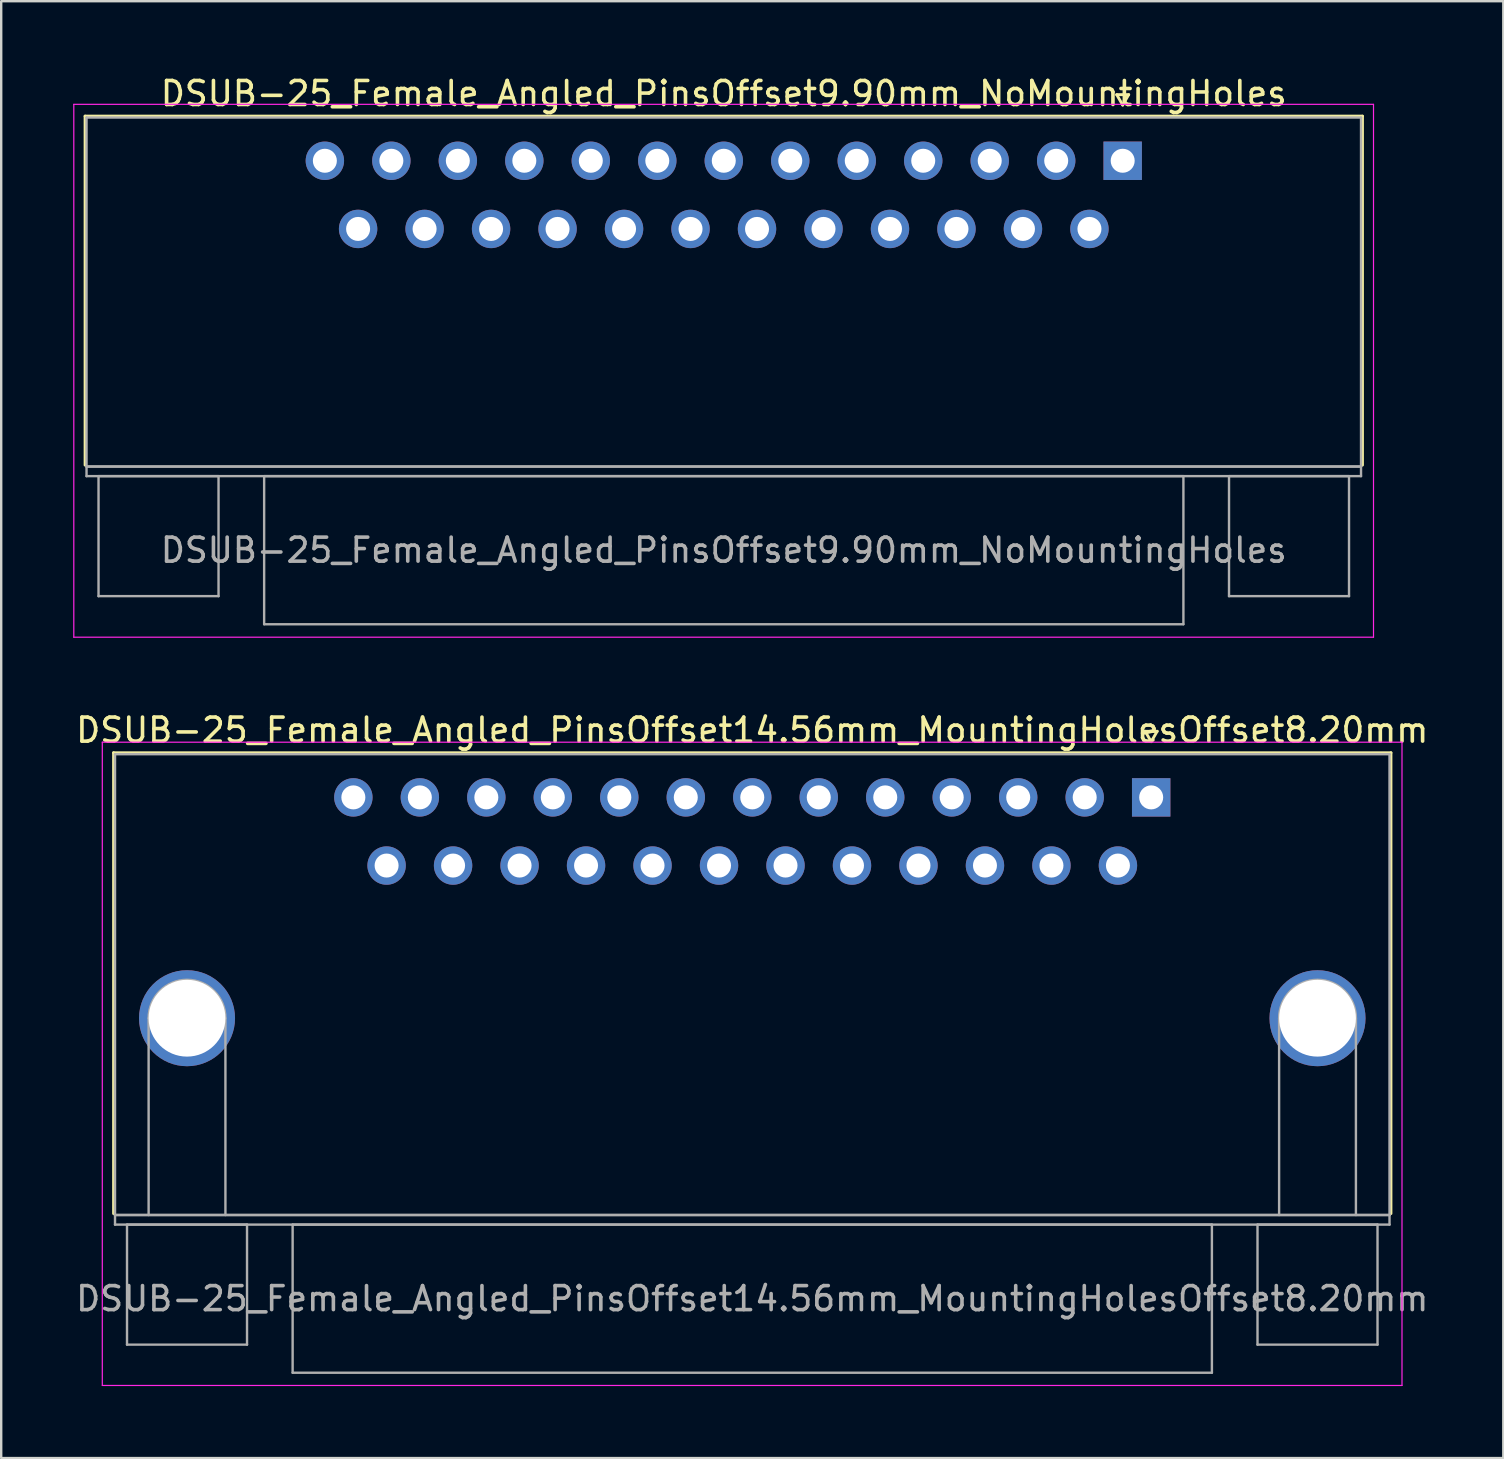
<source format=kicad_pcb>
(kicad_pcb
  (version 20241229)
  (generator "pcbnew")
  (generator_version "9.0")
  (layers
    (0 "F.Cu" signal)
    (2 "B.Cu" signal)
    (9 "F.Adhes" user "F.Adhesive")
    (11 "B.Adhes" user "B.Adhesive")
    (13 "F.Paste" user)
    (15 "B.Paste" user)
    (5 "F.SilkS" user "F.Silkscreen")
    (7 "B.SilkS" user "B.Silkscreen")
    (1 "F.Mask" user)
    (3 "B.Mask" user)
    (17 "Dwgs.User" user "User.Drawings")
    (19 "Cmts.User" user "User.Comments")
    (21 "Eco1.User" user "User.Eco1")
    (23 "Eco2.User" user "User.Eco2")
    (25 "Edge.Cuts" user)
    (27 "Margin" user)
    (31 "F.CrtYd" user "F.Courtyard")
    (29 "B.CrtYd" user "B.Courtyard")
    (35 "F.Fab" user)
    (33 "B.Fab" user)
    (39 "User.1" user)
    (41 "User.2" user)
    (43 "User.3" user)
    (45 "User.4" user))
  (footprint "DSUB-25_Female_Angled_PinsOffset9.90mm_NoMountingHoles"
    (layer "F.Cu")
    (at 43.725 3.648)
    (property "Reference" "DSUB-25_Female_Angled_PinsOffset9.90mm_NoMountingHoles" (at -16.62 -2.8 0) (layer "F.SilkS") (effects (font (size 1 1) (thickness 0.15))))
    (attr through_hole)
    (fp_line (start -43.23 -1.86) (end 9.99 -1.86) (stroke (width 0.12) (type solid)) (layer "F.SilkS"))
    (fp_line (start -43.23 12.68) (end -43.23 -1.86) (stroke (width 0.12) (type solid)) (layer "F.SilkS"))
    (fp_line (start -0.25 -2.754) (end 0.25 -2.754) (stroke (width 0.12) (type solid)) (layer "F.SilkS"))
    (fp_line (start 0 -2.321) (end -0.25 -2.754) (stroke (width 0.12) (type solid)) (layer "F.SilkS"))
    (fp_line (start 0.25 -2.754) (end 0 -2.321) (stroke (width 0.12) (type solid)) (layer "F.SilkS"))
    (fp_line (start 9.99 -1.86) (end 9.99 12.68) (stroke (width 0.12) (type solid)) (layer "F.SilkS"))
    (fp_line (start -43.7 -2.35) (end -43.7 19.85) (stroke (width 0.05) (type solid)) (layer "F.CrtYd"))
    (fp_line (start -43.7 19.85) (end 10.45 19.85) (stroke (width 0.05) (type solid)) (layer "F.CrtYd"))
    (fp_line (start 10.45 -2.35) (end -43.7 -2.35) (stroke (width 0.05) (type solid)) (layer "F.CrtYd"))
    (fp_line (start 10.45 19.85) (end 10.45 -2.35) (stroke (width 0.05) (type solid)) (layer "F.CrtYd"))
    (fp_line (start -43.17 -1.8) (end -43.17 12.74) (stroke (width 0.1) (type solid)) (layer "F.Fab"))
    (fp_line (start -43.17 12.74) (end -43.17 13.14) (stroke (width 0.1) (type solid)) (layer "F.Fab"))
    (fp_line (start -43.17 12.74) (end 9.93 12.74) (stroke (width 0.1) (type solid)) (layer "F.Fab"))
    (fp_line (start -43.17 13.14) (end 9.93 13.14) (stroke (width 0.1) (type solid)) (layer "F.Fab"))
    (fp_line (start -42.67 13.14) (end -42.67 18.14) (stroke (width 0.1) (type solid)) (layer "F.Fab"))
    (fp_line (start -42.67 18.14) (end -37.67 18.14) (stroke (width 0.1) (type solid)) (layer "F.Fab"))
    (fp_line (start -37.67 13.14) (end -42.67 13.14) (stroke (width 0.1) (type solid)) (layer "F.Fab"))
    (fp_line (start -37.67 18.14) (end -37.67 13.14) (stroke (width 0.1) (type solid)) (layer "F.Fab"))
    (fp_line (start -35.77 13.14) (end -35.77 19.31) (stroke (width 0.1) (type solid)) (layer "F.Fab"))
    (fp_line (start -35.77 19.31) (end 2.53 19.31) (stroke (width 0.1) (type solid)) (layer "F.Fab"))
    (fp_line (start 2.53 13.14) (end -35.77 13.14) (stroke (width 0.1) (type solid)) (layer "F.Fab"))
    (fp_line (start 2.53 19.31) (end 2.53 13.14) (stroke (width 0.1) (type solid)) (layer "F.Fab"))
    (fp_line (start 4.43 13.14) (end 4.43 18.14) (stroke (width 0.1) (type solid)) (layer "F.Fab"))
    (fp_line (start 4.43 18.14) (end 9.43 18.14) (stroke (width 0.1) (type solid)) (layer "F.Fab"))
    (fp_line (start 9.43 13.14) (end 4.43 13.14) (stroke (width 0.1) (type solid)) (layer "F.Fab"))
    (fp_line (start 9.43 18.14) (end 9.43 13.14) (stroke (width 0.1) (type solid)) (layer "F.Fab"))
    (fp_line (start 9.93 -1.8) (end -43.17 -1.8) (stroke (width 0.1) (type solid)) (layer "F.Fab"))
    (fp_line (start 9.93 12.74) (end -43.17 12.74) (stroke (width 0.1) (type solid)) (layer "F.Fab"))
    (fp_line (start 9.93 12.74) (end 9.93 -1.8) (stroke (width 0.1) (type solid)) (layer "F.Fab"))
    (fp_line (start 9.93 13.14) (end 9.93 12.74) (stroke (width 0.1) (type solid)) (layer "F.Fab"))
    (fp_text user "${REFERENCE}" (at -16.62 16.225 0) (layer "F.Fab") (effects (font (size 1 1) (thickness 0.15))))
    (pad "1" thru_hole rect (at 0 0) (size 1.6 1.6) (drill 1) (layers "*.Cu" "*.Mask"))
    (pad "2" thru_hole circle (at -2.77 0) (size 1.6 1.6) (drill 1) (layers "*.Cu" "*.Mask"))
    (pad "3" thru_hole circle (at -5.54 0) (size 1.6 1.6) (drill 1) (layers "*.Cu" "*.Mask"))
    (pad "4" thru_hole circle (at -8.31 0) (size 1.6 1.6) (drill 1) (layers "*.Cu" "*.Mask"))
    (pad "5" thru_hole circle (at -11.08 0) (size 1.6 1.6) (drill 1) (layers "*.Cu" "*.Mask"))
    (pad "6" thru_hole circle (at -13.85 0) (size 1.6 1.6) (drill 1) (layers "*.Cu" "*.Mask"))
    (pad "7" thru_hole circle (at -16.62 0) (size 1.6 1.6) (drill 1) (layers "*.Cu" "*.Mask"))
    (pad "8" thru_hole circle (at -19.39 0) (size 1.6 1.6) (drill 1) (layers "*.Cu" "*.Mask"))
    (pad "9" thru_hole circle (at -22.16 0) (size 1.6 1.6) (drill 1) (layers "*.Cu" "*.Mask"))
    (pad "10" thru_hole circle (at -24.93 0) (size 1.6 1.6) (drill 1) (layers "*.Cu" "*.Mask"))
    (pad "11" thru_hole circle (at -27.7 0) (size 1.6 1.6) (drill 1) (layers "*.Cu" "*.Mask"))
    (pad "12" thru_hole circle (at -30.47 0) (size 1.6 1.6) (drill 1) (layers "*.Cu" "*.Mask"))
    (pad "13" thru_hole circle (at -33.24 0) (size 1.6 1.6) (drill 1) (layers "*.Cu" "*.Mask"))
    (pad "14" thru_hole circle (at -1.385 2.84) (size 1.6 1.6) (drill 1) (layers "*.Cu" "*.Mask"))
    (pad "15" thru_hole circle (at -4.155 2.84) (size 1.6 1.6) (drill 1) (layers "*.Cu" "*.Mask"))
    (pad "16" thru_hole circle (at -6.925 2.84) (size 1.6 1.6) (drill 1) (layers "*.Cu" "*.Mask"))
    (pad "17" thru_hole circle (at -9.695 2.84) (size 1.6 1.6) (drill 1) (layers "*.Cu" "*.Mask"))
    (pad "18" thru_hole circle (at -12.465 2.84) (size 1.6 1.6) (drill 1) (layers "*.Cu" "*.Mask"))
    (pad "19" thru_hole circle (at -15.235 2.84) (size 1.6 1.6) (drill 1) (layers "*.Cu" "*.Mask"))
    (pad "20" thru_hole circle (at -18.005 2.84) (size 1.6 1.6) (drill 1) (layers "*.Cu" "*.Mask"))
    (pad "21" thru_hole circle (at -20.775 2.84) (size 1.6 1.6) (drill 1) (layers "*.Cu" "*.Mask"))
    (pad "22" thru_hole circle (at -23.545 2.84) (size 1.6 1.6) (drill 1) (layers "*.Cu" "*.Mask"))
    (pad "23" thru_hole circle (at -26.315 2.84) (size 1.6 1.6) (drill 1) (layers "*.Cu" "*.Mask"))
    (pad "24" thru_hole circle (at -29.085 2.84) (size 1.6 1.6) (drill 1) (layers "*.Cu" "*.Mask"))
    (pad "25" thru_hole circle (at -31.855 2.84) (size 1.6 1.6) (drill 1) (layers "*.Cu" "*.Mask")))
  (footprint "DSUB-25_Female_Angled_PinsOffset14.56mm_MountingHolesOffset8.20mm"
    (layer "F.Cu")
    (at 44.912 30.172)
    (property "Reference" "DSUB-25_Female_Angled_PinsOffset14.56mm_MountingHolesOffset8.20mm" (at -16.62 -2.8 0) (layer "F.SilkS") (effects (font (size 1 1) (thickness 0.15))))
    (attr through_hole)
    (fp_line (start -43.23 -1.86) (end 9.99 -1.86) (stroke (width 0.12) (type solid)) (layer "F.SilkS"))
    (fp_line (start -43.23 17.34) (end -43.23 -1.86) (stroke (width 0.12) (type solid)) (layer "F.SilkS"))
    (fp_line (start -0.25 -2.754) (end 0.25 -2.754) (stroke (width 0.12) (type solid)) (layer "F.SilkS"))
    (fp_line (start 0 -2.321) (end -0.25 -2.754) (stroke (width 0.12) (type solid)) (layer "F.SilkS"))
    (fp_line (start 0.25 -2.754) (end 0 -2.321) (stroke (width 0.12) (type solid)) (layer "F.SilkS"))
    (fp_line (start 9.99 -1.86) (end 9.99 17.34) (stroke (width 0.12) (type solid)) (layer "F.SilkS"))
    (fp_line (start -43.7 -2.3) (end -43.7 24.5) (stroke (width 0.05) (type solid)) (layer "F.CrtYd"))
    (fp_line (start -43.7 24.5) (end 10.45 24.5) (stroke (width 0.05) (type solid)) (layer "F.CrtYd"))
    (fp_line (start 10.45 -2.3) (end -43.7 -2.3) (stroke (width 0.05) (type solid)) (layer "F.CrtYd"))
    (fp_line (start 10.45 24.5) (end 10.45 -2.3) (stroke (width 0.05) (type solid)) (layer "F.CrtYd"))
    (fp_line (start -43.17 -1.8) (end -43.17 17.4) (stroke (width 0.1) (type solid)) (layer "F.Fab"))
    (fp_line (start -43.17 17.4) (end -43.17 17.8) (stroke (width 0.1) (type solid)) (layer "F.Fab"))
    (fp_line (start -43.17 17.4) (end 9.93 17.4) (stroke (width 0.1) (type solid)) (layer "F.Fab"))
    (fp_line (start -43.17 17.8) (end 9.93 17.8) (stroke (width 0.1) (type solid)) (layer "F.Fab"))
    (fp_line (start -42.67 17.8) (end -42.67 22.8) (stroke (width 0.1) (type solid)) (layer "F.Fab"))
    (fp_line (start -42.67 22.8) (end -37.67 22.8) (stroke (width 0.1) (type solid)) (layer "F.Fab"))
    (fp_line (start -41.77 17.4) (end -41.77 9.2) (stroke (width 0.1) (type solid)) (layer "F.Fab"))
    (fp_line (start -38.57 17.4) (end -38.57 9.2) (stroke (width 0.1) (type solid)) (layer "F.Fab"))
    (fp_line (start -37.67 17.8) (end -42.67 17.8) (stroke (width 0.1) (type solid)) (layer "F.Fab"))
    (fp_line (start -37.67 22.8) (end -37.67 17.8) (stroke (width 0.1) (type solid)) (layer "F.Fab"))
    (fp_line (start -35.77 17.8) (end -35.77 23.97) (stroke (width 0.1) (type solid)) (layer "F.Fab"))
    (fp_line (start -35.77 23.97) (end 2.53 23.97) (stroke (width 0.1) (type solid)) (layer "F.Fab"))
    (fp_line (start 2.53 17.8) (end -35.77 17.8) (stroke (width 0.1) (type solid)) (layer "F.Fab"))
    (fp_line (start 2.53 23.97) (end 2.53 17.8) (stroke (width 0.1) (type solid)) (layer "F.Fab"))
    (fp_line (start 4.43 17.8) (end 4.43 22.8) (stroke (width 0.1) (type solid)) (layer "F.Fab"))
    (fp_line (start 4.43 22.8) (end 9.43 22.8) (stroke (width 0.1) (type solid)) (layer "F.Fab"))
    (fp_line (start 5.33 17.4) (end 5.33 9.2) (stroke (width 0.1) (type solid)) (layer "F.Fab"))
    (fp_line (start 8.53 17.4) (end 8.53 9.2) (stroke (width 0.1) (type solid)) (layer "F.Fab"))
    (fp_line (start 9.43 17.8) (end 4.43 17.8) (stroke (width 0.1) (type solid)) (layer "F.Fab"))
    (fp_line (start 9.43 22.8) (end 9.43 17.8) (stroke (width 0.1) (type solid)) (layer "F.Fab"))
    (fp_line (start 9.93 -1.8) (end -43.17 -1.8) (stroke (width 0.1) (type solid)) (layer "F.Fab"))
    (fp_line (start 9.93 17.4) (end -43.17 17.4) (stroke (width 0.1) (type solid)) (layer "F.Fab"))
    (fp_line (start 9.93 17.4) (end 9.93 -1.8) (stroke (width 0.1) (type solid)) (layer "F.Fab"))
    (fp_line (start 9.93 17.8) (end 9.93 17.4) (stroke (width 0.1) (type solid)) (layer "F.Fab"))
    (fp_arc (start -41.77 9.2) (mid -40.17 7.6) (end -38.57 9.2) (stroke (width 0.1) (type solid)) (layer "F.Fab"))
    (fp_arc (start 5.33 9.2) (mid 6.93 7.6) (end 8.53 9.2) (stroke (width 0.1) (type solid)) (layer "F.Fab"))
    (fp_text user "${REFERENCE}" (at -16.62 20.885 0) (layer "F.Fab") (effects (font (size 1 1) (thickness 0.15))))
    (pad "0" thru_hole circle (at -40.17 9.2) (size 4 4) (drill 3.2) (layers "*.Cu" "*.Mask"))
    (pad "0" thru_hole circle (at 6.93 9.2) (size 4 4) (drill 3.2) (layers "*.Cu" "*.Mask"))
    (pad "1" thru_hole rect (at 0 0) (size 1.6 1.6) (drill 1) (layers "*.Cu" "*.Mask"))
    (pad "2" thru_hole circle (at -2.77 0) (size 1.6 1.6) (drill 1) (layers "*.Cu" "*.Mask"))
    (pad "3" thru_hole circle (at -5.54 0) (size 1.6 1.6) (drill 1) (layers "*.Cu" "*.Mask"))
    (pad "4" thru_hole circle (at -8.31 0) (size 1.6 1.6) (drill 1) (layers "*.Cu" "*.Mask"))
    (pad "5" thru_hole circle (at -11.08 0) (size 1.6 1.6) (drill 1) (layers "*.Cu" "*.Mask"))
    (pad "6" thru_hole circle (at -13.85 0) (size 1.6 1.6) (drill 1) (layers "*.Cu" "*.Mask"))
    (pad "7" thru_hole circle (at -16.62 0) (size 1.6 1.6) (drill 1) (layers "*.Cu" "*.Mask"))
    (pad "8" thru_hole circle (at -19.39 0) (size 1.6 1.6) (drill 1) (layers "*.Cu" "*.Mask"))
    (pad "9" thru_hole circle (at -22.16 0) (size 1.6 1.6) (drill 1) (layers "*.Cu" "*.Mask"))
    (pad "10" thru_hole circle (at -24.93 0) (size 1.6 1.6) (drill 1) (layers "*.Cu" "*.Mask"))
    (pad "11" thru_hole circle (at -27.7 0) (size 1.6 1.6) (drill 1) (layers "*.Cu" "*.Mask"))
    (pad "12" thru_hole circle (at -30.47 0) (size 1.6 1.6) (drill 1) (layers "*.Cu" "*.Mask"))
    (pad "13" thru_hole circle (at -33.24 0) (size 1.6 1.6) (drill 1) (layers "*.Cu" "*.Mask"))
    (pad "14" thru_hole circle (at -1.385 2.84) (size 1.6 1.6) (drill 1) (layers "*.Cu" "*.Mask"))
    (pad "15" thru_hole circle (at -4.155 2.84) (size 1.6 1.6) (drill 1) (layers "*.Cu" "*.Mask"))
    (pad "16" thru_hole circle (at -6.925 2.84) (size 1.6 1.6) (drill 1) (layers "*.Cu" "*.Mask"))
    (pad "17" thru_hole circle (at -9.695 2.84) (size 1.6 1.6) (drill 1) (layers "*.Cu" "*.Mask"))
    (pad "18" thru_hole circle (at -12.465 2.84) (size 1.6 1.6) (drill 1) (layers "*.Cu" "*.Mask"))
    (pad "19" thru_hole circle (at -15.235 2.84) (size 1.6 1.6) (drill 1) (layers "*.Cu" "*.Mask"))
    (pad "20" thru_hole circle (at -18.005 2.84) (size 1.6 1.6) (drill 1) (layers "*.Cu" "*.Mask"))
    (pad "21" thru_hole circle (at -20.775 2.84) (size 1.6 1.6) (drill 1) (layers "*.Cu" "*.Mask"))
    (pad "22" thru_hole circle (at -23.545 2.84) (size 1.6 1.6) (drill 1) (layers "*.Cu" "*.Mask"))
    (pad "23" thru_hole circle (at -26.315 2.84) (size 1.6 1.6) (drill 1) (layers "*.Cu" "*.Mask"))
    (pad "24" thru_hole circle (at -29.085 2.84) (size 1.6 1.6) (drill 1) (layers "*.Cu" "*.Mask"))
    (pad "25" thru_hole circle (at -31.855 2.84) (size 1.6 1.6) (drill 1) (layers "*.Cu" "*.Mask")))
  (gr_rect
    (start -3 -3)
    (end 59.583 57.697)
    (stroke (width 0.1) (type default))
    (fill no)
    (layer "Edge.Cuts")))
</source>
